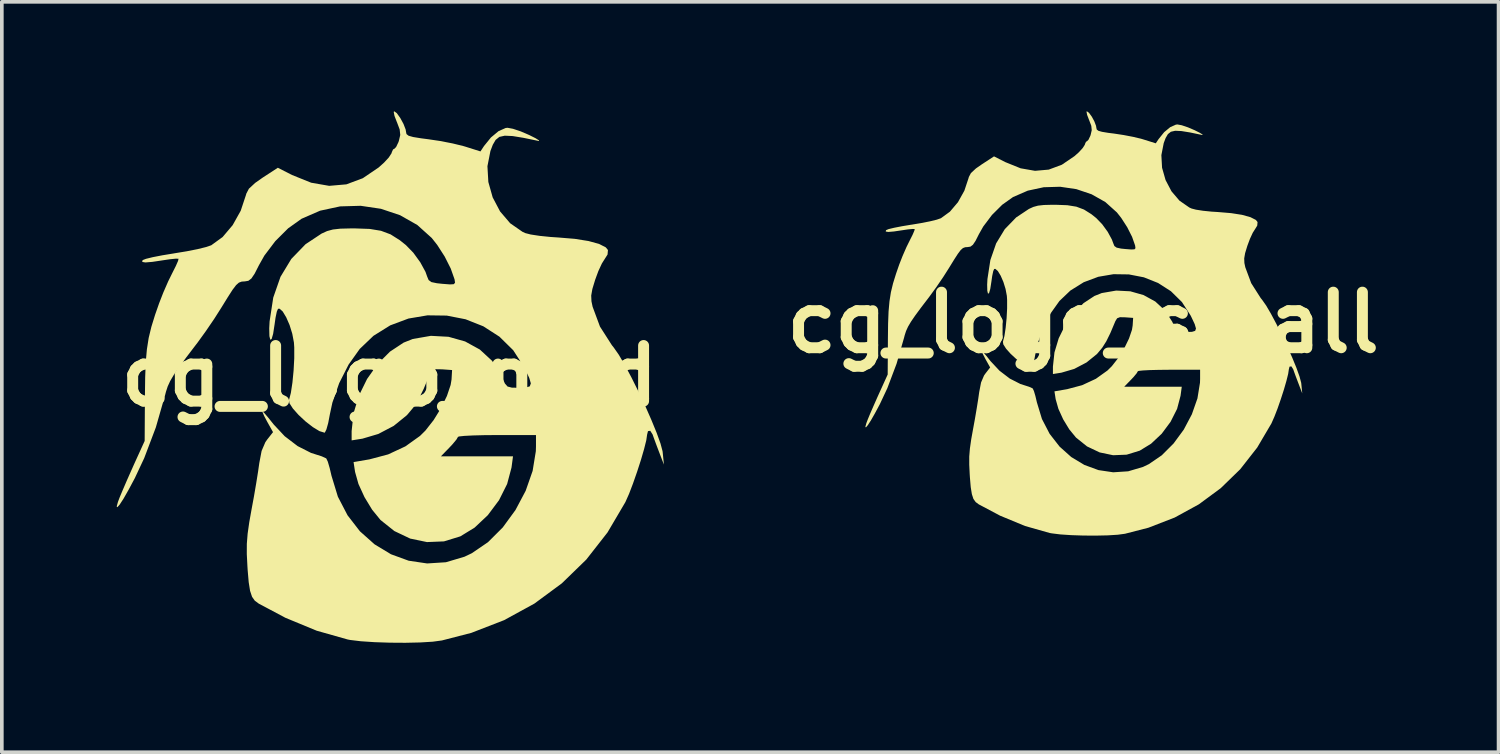
<source format=kicad_pcb>
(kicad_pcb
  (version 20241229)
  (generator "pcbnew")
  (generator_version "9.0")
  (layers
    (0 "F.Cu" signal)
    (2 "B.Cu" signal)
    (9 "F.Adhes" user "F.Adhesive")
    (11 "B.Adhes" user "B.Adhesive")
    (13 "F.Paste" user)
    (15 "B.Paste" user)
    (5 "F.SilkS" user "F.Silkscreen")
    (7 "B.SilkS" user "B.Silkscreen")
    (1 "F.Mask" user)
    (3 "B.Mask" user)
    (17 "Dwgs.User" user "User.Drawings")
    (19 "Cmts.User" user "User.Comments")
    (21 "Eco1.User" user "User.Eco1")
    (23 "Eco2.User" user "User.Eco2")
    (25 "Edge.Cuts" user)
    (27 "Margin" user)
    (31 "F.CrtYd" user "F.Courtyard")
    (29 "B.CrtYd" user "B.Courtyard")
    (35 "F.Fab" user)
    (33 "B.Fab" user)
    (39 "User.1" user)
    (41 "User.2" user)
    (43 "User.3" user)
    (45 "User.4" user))
  (footprint "cg_logo_med"
    (layer "F.Cu")
    (at 7.627 7.257)
    (property "Reference" "cg_logo_med" (at 0 0 0) (layer "F.SilkS") (effects (font (size 1.524 1.524) (thickness 0.3))))
    (attr board_only exclude_from_pos_files exclude_from_bom)
    (fp_poly (pts (xy 0.202 -7.204) (xy 0.296 -7.073) (xy 0.385 -6.909) (xy 0.444 -6.756) (xy 0.454 -6.693) (xy 0.467 -6.631) (xy 0.524 -6.586) (xy 0.648 -6.551) (xy 0.862 -6.516) (xy 1.062 -6.49) (xy 1.392 -6.441) (xy 1.731 -6.375) (xy 2.018 -6.305) (xy 2.083 -6.286) (xy 2.495 -6.156) (xy 2.591 -6.302) (xy 2.782 -6.538) (xy 2.991 -6.712) (xy 3.185 -6.798) (xy 3.238 -6.804) (xy 3.387 -6.776) (xy 3.602 -6.704) (xy 3.83 -6.606) (xy 4.007 -6.517) (xy 4.101 -6.458) (xy 4.097 -6.441) (xy 4.082 -6.444) (xy 3.676 -6.528) (xy 3.376 -6.577) (xy 3.162 -6.587) (xy 3.013 -6.554) (xy 2.911 -6.472) (xy 2.833 -6.338) (xy 2.768 -6.167) (xy 2.686 -5.75) (xy 2.711 -5.318) (xy 2.83 -4.895) (xy 3.033 -4.51) (xy 3.31 -4.186) (xy 3.647 -3.952) (xy 3.725 -3.916) (xy 3.874 -3.878) (xy 4.116 -3.841) (xy 4.411 -3.811) (xy 4.632 -3.796) (xy 5.082 -3.759) (xy 5.458 -3.699) (xy 5.746 -3.62) (xy 5.93 -3.526) (xy 5.99 -3.453) (xy 5.979 -3.329) (xy 5.906 -3.214) (xy 5.824 -3.084) (xy 5.727 -2.875) (xy 5.639 -2.636) (xy 5.563 -2.385) (xy 5.531 -2.205) (xy 5.538 -2.046) (xy 5.569 -1.899) (xy 5.771 -1.354) (xy 6.098 -0.843) (xy 6.15 -0.778) (xy 6.285 -0.585) (xy 6.45 -0.304) (xy 6.633 0.039) (xy 6.823 0.421) (xy 7.01 0.817) (xy 7.18 1.204) (xy 7.324 1.556) (xy 7.43 1.85) (xy 7.486 2.06) (xy 7.491 2.095) (xy 7.524 2.43) (xy 7.387 2.073) (xy 7.306 1.859) (xy 7.241 1.681) (xy 7.214 1.604) (xy 7.15 1.503) (xy 7.087 1.513) (xy 7.063 1.611) (xy 7.041 1.763) (xy 6.981 2.003) (xy 6.894 2.302) (xy 6.789 2.627) (xy 6.677 2.948) (xy 6.568 3.233) (xy 6.471 3.451) (xy 6.468 3.458) (xy 5.978 4.29) (xy 5.396 5.034) (xy 4.726 5.685) (xy 3.974 6.24) (xy 3.145 6.694) (xy 2.245 7.043) (xy 1.439 7.251) (xy 1.187 7.285) (xy 0.841 7.306) (xy 0.436 7.315) (xy 0.007 7.312) (xy -0.411 7.298) (xy -0.784 7.273) (xy -1.076 7.238) (xy -1.147 7.224) (xy -1.995 6.984) (xy -2.852 6.63) (xy -3.584 6.241) (xy -3.691 6.162) (xy -3.767 6.054) (xy -3.821 5.892) (xy -3.859 5.653) (xy -3.888 5.314) (xy -3.894 5.216) (xy -3.911 4.882) (xy -3.91 4.6) (xy -3.888 4.324) (xy -3.843 4.008) (xy -3.781 3.661) (xy -3.714 3.298) (xy -3.652 2.935) (xy -3.601 2.616) (xy -3.568 2.385) (xy -3.505 2.055) (xy -3.403 1.817) (xy -3.354 1.746) (xy -3.192 1.54) (xy -3.351 1.256) (xy -3.436 1.095) (xy -3.48 0.992) (xy -3.48 0.972) (xy -3.428 1.019) (xy -3.322 1.144) (xy -3.183 1.318) (xy -3.178 1.325) (xy -2.872 1.652) (xy -2.517 1.923) (xy -2.151 2.109) (xy -2.029 2.148) (xy -1.857 2.203) (xy -1.743 2.255) (xy -1.73 2.265) (xy -1.69 2.35) (xy -1.639 2.524) (xy -1.589 2.736) (xy -1.414 3.31) (xy -1.149 3.82) (xy -0.81 4.258) (xy -0.408 4.616) (xy 0.042 4.888) (xy 0.527 5.065) (xy 1.033 5.14) (xy 1.547 5.107) (xy 2.056 4.956) (xy 2.257 4.86) (xy 2.701 4.557) (xy 3.106 4.153) (xy 3.455 3.675) (xy 3.734 3.149) (xy 3.925 2.603) (xy 4.013 2.063) (xy 4.017 1.929) (xy 4.017 1.62) (xy 2.948 1.62) (xy 2.592 1.623) (xy 2.287 1.631) (xy 2.053 1.643) (xy 1.911 1.658) (xy 1.879 1.67) (xy 1.837 1.742) (xy 1.731 1.87) (xy 1.645 1.962) (xy 1.411 2.203) (xy 3.387 2.203) (xy 3.346 2.511) (xy 3.226 2.962) (xy 3.003 3.407) (xy 2.697 3.816) (xy 2.334 4.158) (xy 1.944 4.397) (xy 1.495 4.535) (xy 1.029 4.554) (xy 0.568 4.458) (xy 0.133 4.251) (xy -0.245 3.949) (xy -0.475 3.667) (xy -0.685 3.321) (xy -0.85 2.961) (xy -0.942 2.634) (xy -0.944 2.622) (xy -0.984 2.361) (xy -0.547 2.286) (xy -0.035 2.15) (xy 0.437 1.93) (xy 0.837 1.644) (xy 0.986 1.497) (xy 1.212 1.208) (xy 1.415 0.879) (xy 1.576 0.547) (xy 1.677 0.247) (xy 1.702 0.097) (xy 1.717 -0.162) (xy 1.442 -0.182) (xy 1.264 -0.185) (xy 1.167 -0.148) (xy 1.106 -0.047) (xy 1.095 -0.02) (xy 0.936 0.359) (xy 0.795 0.643) (xy 0.655 0.865) (xy 0.497 1.054) (xy 0.468 1.084) (xy 0.116 1.369) (xy -0.305 1.59) (xy -0.741 1.719) (xy -0.761 1.722) (xy -1.037 1.766) (xy -1.037 1.512) (xy -0.985 1.025) (xy -0.839 0.541) (xy -0.614 0.083) (xy -0.325 -0.327) (xy 0.014 -0.667) (xy 0.388 -0.914) (xy 0.64 -1.014) (xy 1.136 -1.1) (xy 1.62 -1.074) (xy 2.074 -0.946) (xy 2.478 -0.724) (xy 2.813 -0.415) (xy 3.061 -0.028) (xy 3.093 0.046) (xy 3.165 0.207) (xy 3.238 0.29) (xy 3.354 0.32) (xy 3.548 0.324) (xy 3.738 0.317) (xy 3.846 0.285) (xy 3.876 0.204) (xy 3.833 0.056) (xy 3.722 -0.181) (xy 3.689 -0.247) (xy 3.393 -0.705) (xy 3.015 -1.077) (xy 2.574 -1.361) (xy 2.087 -1.554) (xy 1.571 -1.655) (xy 1.043 -1.662) (xy 0.521 -1.574) (xy 0.021 -1.387) (xy -0.438 -1.101) (xy -0.815 -0.741) (xy -1.121 -0.311) (xy -1.378 0.197) (xy -1.565 0.732) (xy -1.634 1.053) (xy -1.679 1.289) (xy -1.728 1.465) (xy -1.771 1.551) (xy -1.78 1.555) (xy -1.92 1.512) (xy -2.102 1.401) (xy -2.301 1.246) (xy -2.491 1.069) (xy -2.646 0.895) (xy -2.741 0.748) (xy -2.754 0.659) (xy -2.703 0.464) (xy -2.66 0.181) (xy -2.628 -0.149) (xy -2.61 -0.484) (xy -2.61 -0.781) (xy -2.619 -0.917) (xy -2.664 -1.156) (xy -2.738 -1.396) (xy -2.831 -1.609) (xy -2.927 -1.768) (xy -3.015 -1.845) (xy -3.055 -1.841) (xy -3.088 -1.765) (xy -3.123 -1.599) (xy -3.148 -1.422) (xy -3.189 -1.155) (xy -3.23 -1.013) (xy -3.267 -0.993) (xy -3.291 -1.091) (xy -3.296 -1.304) (xy -3.286 -1.496) (xy -3.186 -2.148) (xy -2.987 -2.719) (xy -2.691 -3.208) (xy -2.3 -3.612) (xy -1.861 -3.903) (xy -1.71 -3.972) (xy -1.551 -4.015) (xy -1.348 -4.038) (xy -1.066 -4.045) (xy -0.94 -4.045) (xy -0.542 -4.031) (xy -0.232 -3.98) (xy 0.03 -3.882) (xy 0.283 -3.722) (xy 0.451 -3.588) (xy 0.654 -3.379) (xy 0.845 -3.116) (xy 0.988 -2.854) (xy 1.034 -2.724) (xy 1.074 -2.629) (xy 1.151 -2.573) (xy 1.301 -2.542) (xy 1.449 -2.526) (xy 1.658 -2.51) (xy 1.764 -2.516) (xy 1.798 -2.556) (xy 1.786 -2.64) (xy 1.782 -2.656) (xy 1.68 -2.945) (xy 1.514 -3.274) (xy 1.309 -3.593) (xy 1.159 -3.783) (xy 0.763 -4.139) (xy 0.291 -4.407) (xy -0.234 -4.583) (xy -0.789 -4.665) (xy -1.352 -4.649) (xy -1.901 -4.531) (xy -2.409 -4.31) (xy -2.778 -4.047) (xy -3.13 -3.696) (xy -3.43 -3.299) (xy -3.578 -3.036) (xy -3.695 -2.806) (xy -3.785 -2.672) (xy -3.868 -2.609) (xy -3.961 -2.593) (xy -4.051 -2.587) (xy -4.127 -2.559) (xy -4.205 -2.49) (xy -4.302 -2.362) (xy -4.433 -2.158) (xy -4.605 -1.879) (xy -4.804 -1.566) (xy -5.038 -1.223) (xy -5.261 -0.914) (xy -5.299 -0.865) (xy -5.568 -0.512) (xy -5.768 -0.24) (xy -5.912 -0.03) (xy -6.012 0.14) (xy -6.08 0.288) (xy -6.128 0.436) (xy -6.149 0.518) (xy -6.405 1.411) (xy -6.723 2.251) (xy -6.982 2.803) (xy -7.151 3.119) (xy -7.29 3.363) (xy -7.395 3.525) (xy -7.46 3.599) (xy -7.478 3.578) (xy -7.444 3.455) (xy -7.398 3.332) (xy -7.314 3.132) (xy -7.196 2.858) (xy -7.062 2.556) (xy -6.991 2.397) (xy -6.711 1.782) (xy -6.704 0.551) (xy -6.697 0.035) (xy -6.681 -0.381) (xy -6.65 -0.73) (xy -6.601 -1.042) (xy -6.527 -1.348) (xy -6.425 -1.678) (xy -6.315 -1.992) (xy -6.2 -2.287) (xy -6.066 -2.594) (xy -5.952 -2.825) (xy -5.856 -3.016) (xy -5.795 -3.156) (xy -5.783 -3.213) (xy -5.855 -3.216) (xy -6.016 -3.2) (xy -6.192 -3.174) (xy -6.499 -3.128) (xy -6.691 -3.112) (xy -6.778 -3.126) (xy -6.77 -3.169) (xy -6.763 -3.177) (xy -6.676 -3.211) (xy -6.488 -3.257) (xy -6.226 -3.308) (xy -5.915 -3.359) (xy -5.887 -3.364) (xy -5.558 -3.418) (xy -5.26 -3.477) (xy -5.025 -3.535) (xy -4.885 -3.583) (xy -4.884 -3.584) (xy -4.574 -3.809) (xy -4.299 -4.134) (xy -4.078 -4.529) (xy -3.933 -4.965) (xy -3.925 -4.997) (xy -3.853 -5.134) (xy -3.681 -5.293) (xy -3.475 -5.438) (xy -3.06 -5.708) (xy -2.67 -5.509) (xy -2.146 -5.298) (xy -1.652 -5.212) (xy -1.181 -5.253) (xy -0.731 -5.421) (xy -0.296 -5.716) (xy -0.146 -5.851) (xy -0.018 -5.99) (xy 0.057 -6.106) (xy 0.065 -6.136) (xy 0.101 -6.214) (xy 0.125 -6.22) (xy 0.182 -6.276) (xy 0.247 -6.412) (xy 0.258 -6.445) (xy 0.296 -6.607) (xy 0.28 -6.758) (xy 0.205 -6.958) (xy 0.202 -6.963) (xy 0.138 -7.13) (xy 0.117 -7.237) (xy 0.128 -7.257)) (stroke (width 0) (type solid)) (fill yes) (layer "F.SilkS")))
  (footprint "cg_logo_small"
    (layer "F.Cu")
    (at 26.644 5.794)
    (property "Reference" "cg_logo_small" (at 0 0 0) (layer "F.SilkS") (effects (font (size 1.524 1.524) (thickness 0.3))))
    (attr board_only exclude_from_pos_files exclude_from_bom)
    (fp_poly (pts (xy 0.161 -5.751) (xy 0.237 -5.647) (xy 0.308 -5.516) (xy 0.354 -5.394) (xy 0.362 -5.343) (xy 0.373 -5.294) (xy 0.419 -5.258) (xy 0.518 -5.23) (xy 0.688 -5.202) (xy 0.848 -5.182) (xy 1.111 -5.142) (xy 1.382 -5.09) (xy 1.611 -5.034) (xy 1.663 -5.018) (xy 1.992 -4.915) (xy 2.069 -5.031) (xy 2.221 -5.22) (xy 2.388 -5.358) (xy 2.543 -5.427) (xy 2.585 -5.432) (xy 2.704 -5.41) (xy 2.876 -5.352) (xy 3.058 -5.274) (xy 3.199 -5.203) (xy 3.274 -5.156) (xy 3.271 -5.142) (xy 3.259 -5.144) (xy 2.935 -5.212) (xy 2.695 -5.251) (xy 2.524 -5.259) (xy 2.406 -5.232) (xy 2.324 -5.167) (xy 2.262 -5.06) (xy 2.21 -4.923) (xy 2.145 -4.591) (xy 2.164 -4.245) (xy 2.26 -3.908) (xy 2.422 -3.6) (xy 2.642 -3.342) (xy 2.912 -3.155) (xy 2.974 -3.127) (xy 3.093 -3.096) (xy 3.286 -3.066) (xy 3.522 -3.042) (xy 3.698 -3.031) (xy 4.057 -3.001) (xy 4.357 -2.954) (xy 4.587 -2.89) (xy 4.735 -2.815) (xy 4.782 -2.757) (xy 4.773 -2.658) (xy 4.716 -2.566) (xy 4.65 -2.462) (xy 4.573 -2.295) (xy 4.502 -2.105) (xy 4.441 -1.904) (xy 4.416 -1.76) (xy 4.421 -1.633) (xy 4.446 -1.516) (xy 4.608 -1.081) (xy 4.868 -0.673) (xy 4.91 -0.621) (xy 5.018 -0.467) (xy 5.149 -0.243) (xy 5.295 0.031) (xy 5.448 0.336) (xy 5.596 0.653) (xy 5.733 0.961) (xy 5.848 1.242) (xy 5.932 1.477) (xy 5.977 1.645) (xy 5.981 1.673) (xy 6.007 1.94) (xy 5.898 1.655) (xy 5.833 1.484) (xy 5.781 1.342) (xy 5.76 1.28) (xy 5.709 1.2) (xy 5.658 1.208) (xy 5.639 1.287) (xy 5.621 1.407) (xy 5.573 1.599) (xy 5.504 1.838) (xy 5.42 2.098) (xy 5.331 2.354) (xy 5.243 2.581) (xy 5.166 2.755) (xy 5.164 2.761) (xy 4.773 3.425) (xy 4.308 4.019) (xy 3.773 4.539) (xy 3.173 4.982) (xy 2.511 5.344) (xy 1.792 5.623) (xy 1.148 5.789) (xy 0.947 5.816) (xy 0.671 5.833) (xy 0.348 5.84) (xy 0.006 5.838) (xy -0.328 5.827) (xy -0.626 5.807) (xy -0.859 5.778) (xy -0.916 5.768) (xy -1.593 5.576) (xy -2.277 5.293) (xy -2.861 4.983) (xy -2.946 4.92) (xy -3.008 4.833) (xy -3.05 4.704) (xy -3.081 4.513) (xy -3.104 4.243) (xy -3.109 4.164) (xy -3.122 3.897) (xy -3.122 3.672) (xy -3.104 3.452) (xy -3.068 3.2) (xy -3.018 2.923) (xy -2.965 2.633) (xy -2.916 2.344) (xy -2.875 2.088) (xy -2.849 1.904) (xy -2.798 1.641) (xy -2.717 1.451) (xy -2.677 1.394) (xy -2.549 1.23) (xy -2.676 1.003) (xy -2.743 0.874) (xy -2.778 0.792) (xy -2.778 0.776) (xy -2.737 0.814) (xy -2.652 0.913) (xy -2.541 1.053) (xy -2.537 1.058) (xy -2.293 1.319) (xy -2.01 1.535) (xy -1.718 1.684) (xy -1.62 1.715) (xy -1.483 1.759) (xy -1.391 1.8) (xy -1.381 1.808) (xy -1.349 1.876) (xy -1.308 2.015) (xy -1.268 2.185) (xy -1.129 2.643) (xy -0.918 3.05) (xy -0.646 3.399) (xy -0.326 3.685) (xy 0.034 3.902) (xy 0.421 4.044) (xy 0.825 4.104) (xy 1.235 4.077) (xy 1.641 3.957) (xy 1.802 3.88) (xy 2.156 3.638) (xy 2.479 3.315) (xy 2.759 2.934) (xy 2.981 2.514) (xy 3.134 2.078) (xy 3.204 1.647) (xy 3.207 1.54) (xy 3.207 1.293) (xy 2.354 1.293) (xy 2.07 1.296) (xy 1.826 1.302) (xy 1.639 1.312) (xy 1.526 1.324) (xy 1.5 1.334) (xy 1.467 1.391) (xy 1.382 1.493) (xy 1.313 1.566) (xy 1.126 1.759) (xy 2.704 1.759) (xy 2.671 2.005) (xy 2.576 2.365) (xy 2.397 2.72) (xy 2.154 3.047) (xy 1.863 3.32) (xy 1.552 3.511) (xy 1.194 3.621) (xy 0.822 3.636) (xy 0.453 3.559) (xy 0.106 3.394) (xy -0.195 3.152) (xy -0.379 2.928) (xy -0.547 2.652) (xy -0.678 2.364) (xy -0.752 2.103) (xy -0.754 2.094) (xy -0.786 1.885) (xy -0.437 1.825) (xy -0.028 1.716) (xy 0.349 1.541) (xy 0.668 1.313) (xy 0.787 1.195) (xy 0.967 0.965) (xy 1.129 0.702) (xy 1.258 0.436) (xy 1.339 0.198) (xy 1.358 0.078) (xy 1.371 -0.129) (xy 1.151 -0.145) (xy 1.009 -0.148) (xy 0.932 -0.118) (xy 0.883 -0.038) (xy 0.874 -0.016) (xy 0.747 0.286) (xy 0.635 0.513) (xy 0.523 0.69) (xy 0.397 0.841) (xy 0.374 0.866) (xy 0.093 1.093) (xy -0.244 1.27) (xy -0.592 1.372) (xy -0.608 1.375) (xy -0.828 1.41) (xy -0.828 1.207) (xy -0.786 0.818) (xy -0.67 0.432) (xy -0.49 0.066) (xy -0.259 -0.261) (xy 0.011 -0.533) (xy 0.31 -0.73) (xy 0.511 -0.81) (xy 0.907 -0.878) (xy 1.293 -0.858) (xy 1.656 -0.755) (xy 1.978 -0.578) (xy 2.246 -0.331) (xy 2.444 -0.022) (xy 2.47 0.037) (xy 2.527 0.166) (xy 2.585 0.231) (xy 2.678 0.255) (xy 2.832 0.258) (xy 2.985 0.253) (xy 3.071 0.227) (xy 3.094 0.163) (xy 3.06 0.045) (xy 2.971 -0.145) (xy 2.945 -0.197) (xy 2.709 -0.563) (xy 2.407 -0.86) (xy 2.055 -1.086) (xy 1.666 -1.241) (xy 1.254 -1.321) (xy 0.833 -1.327) (xy 0.416 -1.256) (xy 0.017 -1.107) (xy -0.349 -0.879) (xy -0.65 -0.592) (xy -0.895 -0.248) (xy -1.1 0.157) (xy -1.249 0.584) (xy -1.305 0.841) (xy -1.341 1.029) (xy -1.38 1.17) (xy -1.414 1.238) (xy -1.421 1.241) (xy -1.533 1.207) (xy -1.678 1.119) (xy -1.837 0.995) (xy -1.989 0.854) (xy -2.113 0.715) (xy -2.188 0.597) (xy -2.199 0.526) (xy -2.158 0.37) (xy -2.124 0.144) (xy -2.098 -0.119) (xy -2.084 -0.386) (xy -2.084 -0.624) (xy -2.091 -0.732) (xy -2.127 -0.923) (xy -2.186 -1.114) (xy -2.26 -1.285) (xy -2.337 -1.412) (xy -2.407 -1.473) (xy -2.439 -1.47) (xy -2.465 -1.409) (xy -2.493 -1.277) (xy -2.513 -1.135) (xy -2.546 -0.922) (xy -2.579 -0.808) (xy -2.608 -0.793) (xy -2.627 -0.871) (xy -2.631 -1.041) (xy -2.623 -1.195) (xy -2.543 -1.715) (xy -2.385 -2.171) (xy -2.148 -2.561) (xy -1.836 -2.883) (xy -1.486 -3.116) (xy -1.365 -3.171) (xy -1.238 -3.206) (xy -1.077 -3.224) (xy -0.851 -3.23) (xy -0.75 -3.23) (xy -0.432 -3.218) (xy -0.185 -3.178) (xy 0.024 -3.099) (xy 0.226 -2.972) (xy 0.36 -2.865) (xy 0.522 -2.697) (xy 0.674 -2.488) (xy 0.788 -2.278) (xy 0.826 -2.175) (xy 0.857 -2.099) (xy 0.919 -2.055) (xy 1.039 -2.029) (xy 1.157 -2.017) (xy 1.323 -2.004) (xy 1.409 -2.009) (xy 1.435 -2.04) (xy 1.426 -2.107) (xy 1.423 -2.12) (xy 1.342 -2.351) (xy 1.209 -2.614) (xy 1.045 -2.869) (xy 0.926 -3.02) (xy 0.609 -3.305) (xy 0.232 -3.518) (xy -0.187 -3.659) (xy -0.63 -3.724) (xy -1.08 -3.711) (xy -1.518 -3.617) (xy -1.923 -3.441) (xy -2.218 -3.231) (xy -2.499 -2.951) (xy -2.738 -2.634) (xy -2.857 -2.424) (xy -2.95 -2.24) (xy -3.022 -2.133) (xy -3.088 -2.083) (xy -3.162 -2.071) (xy -3.234 -2.066) (xy -3.295 -2.043) (xy -3.357 -1.988) (xy -3.434 -1.886) (xy -3.539 -1.723) (xy -3.676 -1.5) (xy -3.835 -1.25) (xy -4.022 -0.976) (xy -4.201 -0.729) (xy -4.23 -0.69) (xy -4.445 -0.409) (xy -4.605 -0.192) (xy -4.72 -0.024) (xy -4.8 0.112) (xy -4.854 0.23) (xy -4.892 0.348) (xy -4.909 0.414) (xy -5.114 1.126) (xy -5.367 1.797) (xy -5.574 2.238) (xy -5.709 2.49) (xy -5.82 2.685) (xy -5.904 2.814) (xy -5.955 2.874) (xy -5.97 2.857) (xy -5.943 2.758) (xy -5.906 2.66) (xy -5.84 2.5) (xy -5.745 2.282) (xy -5.638 2.04) (xy -5.581 1.914) (xy -5.358 1.423) (xy -5.352 0.44) (xy -5.347 0.028) (xy -5.334 -0.304) (xy -5.309 -0.583) (xy -5.27 -0.832) (xy -5.211 -1.076) (xy -5.129 -1.34) (xy -5.042 -1.591) (xy -4.95 -1.826) (xy -4.843 -2.071) (xy -4.752 -2.255) (xy -4.675 -2.408) (xy -4.627 -2.52) (xy -4.617 -2.565) (xy -4.674 -2.567) (xy -4.803 -2.555) (xy -4.944 -2.534) (xy -5.189 -2.498) (xy -5.342 -2.485) (xy -5.411 -2.496) (xy -5.405 -2.53) (xy -5.399 -2.536) (xy -5.33 -2.564) (xy -5.18 -2.6) (xy -4.97 -2.641) (xy -4.723 -2.682) (xy -4.7 -2.685) (xy -4.437 -2.729) (xy -4.199 -2.776) (xy -4.012 -2.822) (xy -3.9 -2.861) (xy -3.899 -2.861) (xy -3.652 -3.041) (xy -3.432 -3.3) (xy -3.256 -3.616) (xy -3.14 -3.964) (xy -3.134 -3.99) (xy -3.076 -4.099) (xy -2.939 -4.226) (xy -2.774 -4.341) (xy -2.443 -4.557) (xy -2.132 -4.399) (xy -1.714 -4.23) (xy -1.319 -4.161) (xy -0.943 -4.194) (xy -0.583 -4.328) (xy -0.236 -4.564) (xy -0.116 -4.671) (xy -0.014 -4.783) (xy 0.046 -4.875) (xy 0.052 -4.899) (xy 0.081 -4.961) (xy 0.099 -4.966) (xy 0.145 -5.01) (xy 0.197 -5.119) (xy 0.206 -5.145) (xy 0.236 -5.275) (xy 0.224 -5.395) (xy 0.163 -5.555) (xy 0.161 -5.559) (xy 0.11 -5.693) (xy 0.093 -5.778) (xy 0.102 -5.794)) (stroke (width 0) (type solid)) (fill yes) (layer "F.SilkS")))
  (gr_rect
    (start -3 -3)
    (end 38.033 17.572)
    (stroke (width 0.1) (type default))
    (fill no)
    (layer "Edge.Cuts")))
</source>
